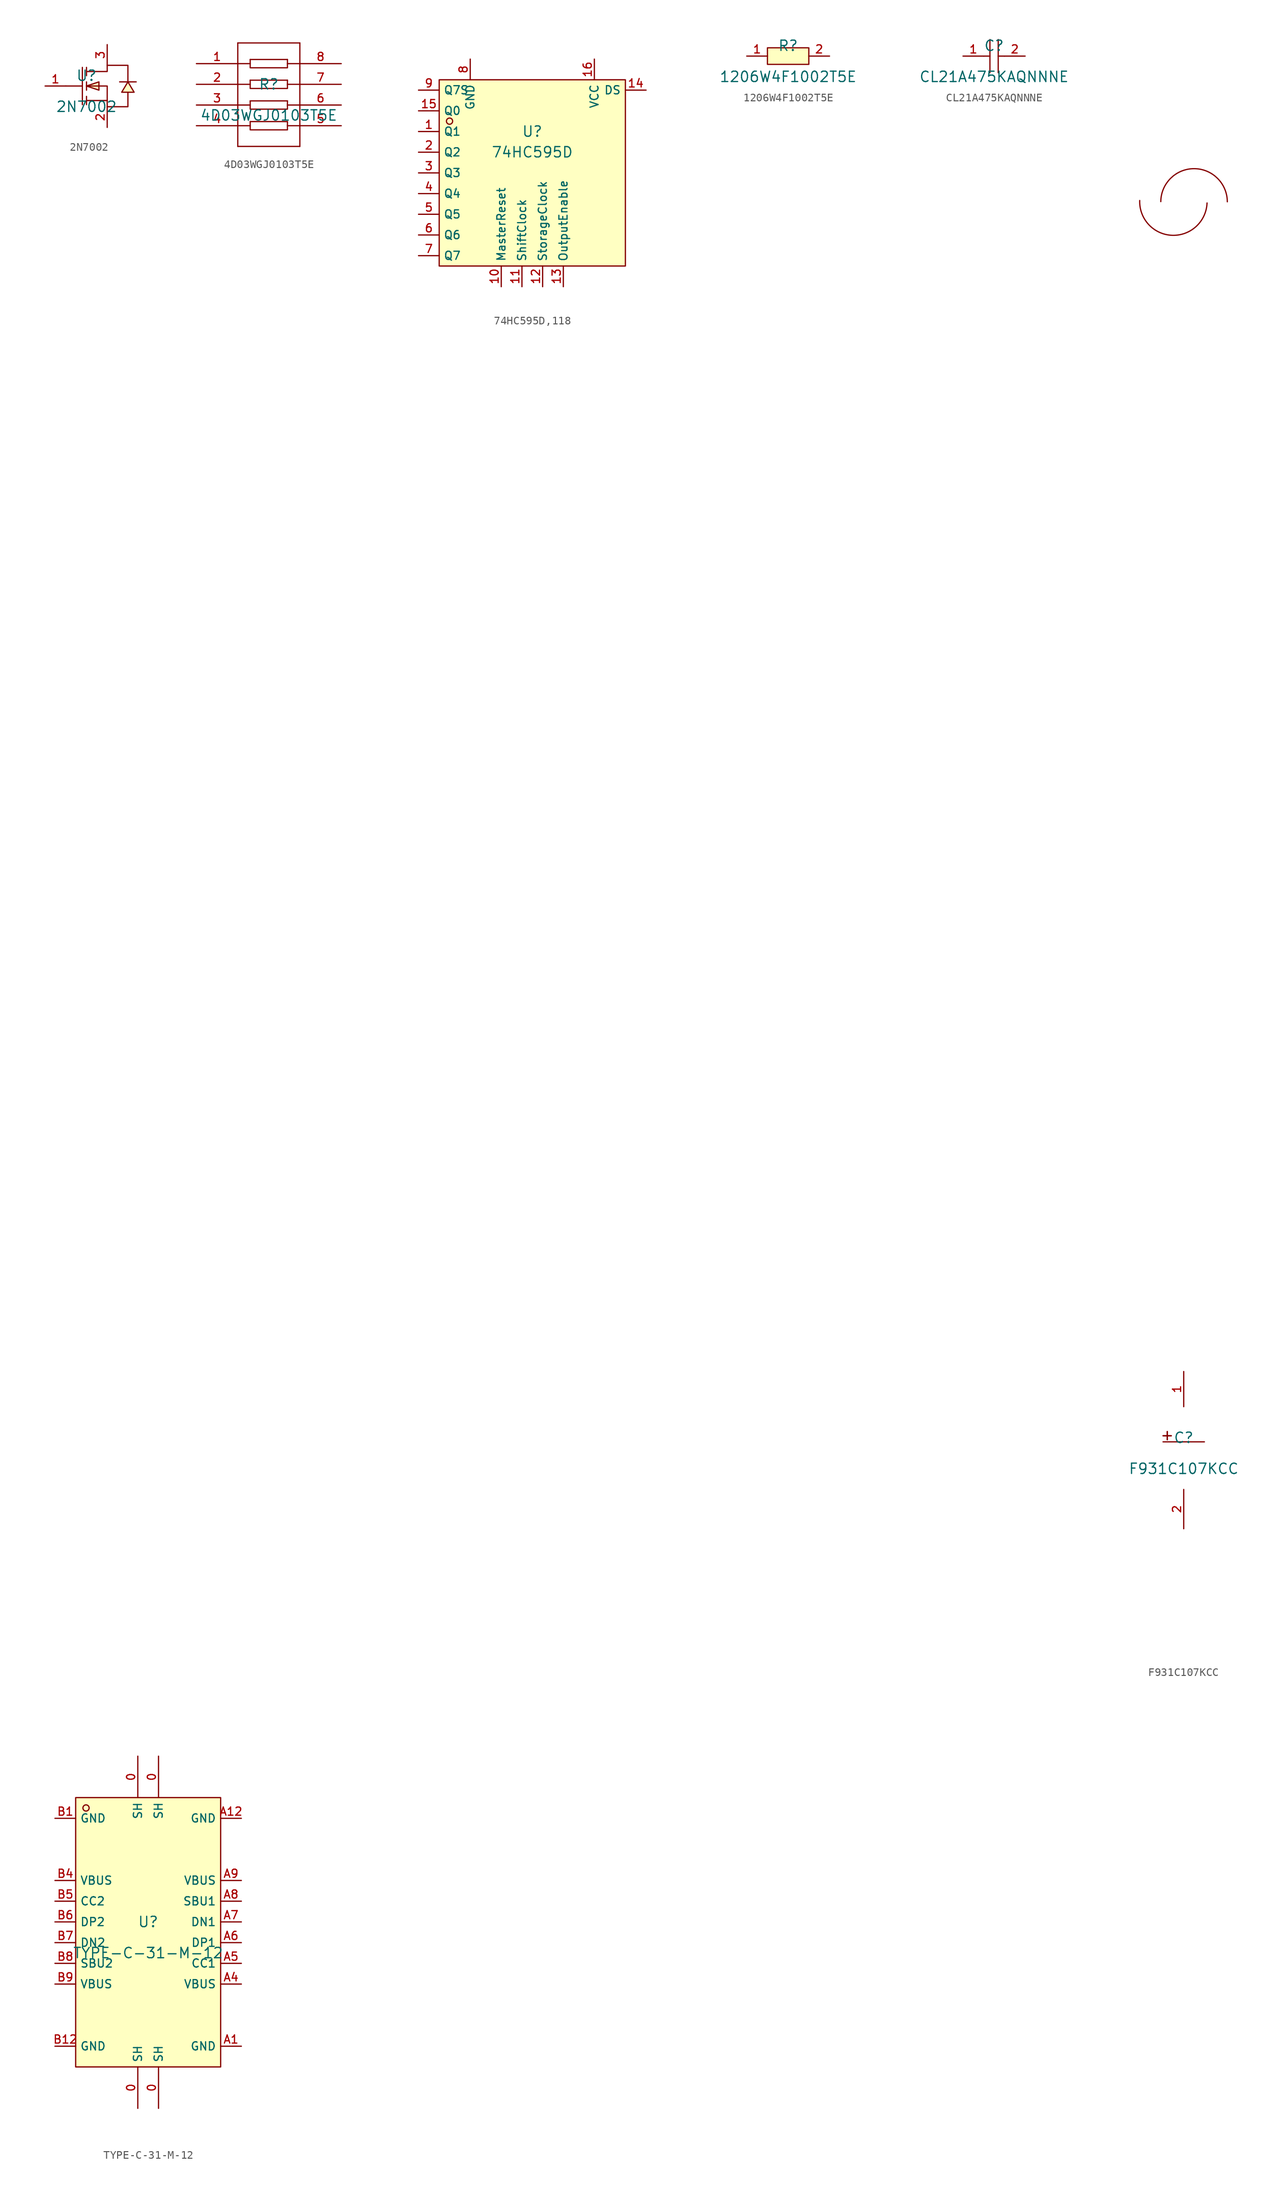
<source format=kicad_sym>
(kicad_symbol_lib
  (version 20220914)
  (generator kicad_symbol_editor)
  (symbol "2N7002"
    (pin_names hide)
    (property "Reference" "U"
      (at 0 1.27 0)
      (effects (font (size 1.27 1.27))))
    (property "Value" "2N7002"
      (at 0 -2.54 0)
      (effects (font (size 1.27 1.27))))
    (symbol "2N7002_0_1"
      (polyline (pts (xy -2.54 0) (xy -0.508 0)) (stroke (width 0) (type default)) (fill (type none)))
      (polyline (pts (xy -0.508 2.286) (xy -0.508 -2.286)) (stroke (width 0) (type default)) (fill (type none)))
      (polyline (pts (xy 0 -2.286) (xy 0 -1.27)) (stroke (width 0) (type default)) (fill (type none)))
      (polyline (pts (xy 0 -0.508) (xy 0 0.508)) (stroke (width 0) (type default)) (fill (type none)))
      (polyline (pts (xy 0 2.286) (xy 0 1.27)) (stroke (width 0) (type default)) (fill (type none)))
      (polyline (pts (xy 2.54 -1.778) (xy 0 -1.778)) (stroke (width 0) (type default)) (fill (type none)))
      (polyline (pts (xy 0 0) (xy 1.524 -0.508) (xy 1.524 0.508) (xy 0 0)) (stroke (width 0) (type default)) (fill (type background)))
      (polyline (pts (xy 5.08 0.508) (xy 4.318 -0.762) (xy 5.842 -0.762) (xy 5.08 0.508)) (stroke (width 0) (type default)) (fill (type background)))
      (polyline (pts (xy 6.096 0.508) (xy 5.588 0.508) (xy 4.572 0.508) (xy 4.064 0.508)) (stroke (width 0) (type default)) (fill (type none)))
      (polyline (pts (xy 0 0) (xy 2.54 0) (xy 2.54 -2.54) (xy 5.08 -2.54) (xy 5.08 -0.762)) (stroke (width 0) (type default)) (fill (type none)))
      (polyline (pts (xy 0 1.778) (xy 2.54 1.778) (xy 2.54 2.54) (xy 5.08 2.54) (xy 5.08 0.508)) (stroke (width 0) (type default)) (fill (type none)))
      (pin unspecified line (at -5.08 0 0) (length 2.54) (name "G" (effects (font (size 1 1)))) (number "1" (effects (font (size 1 1)))))
      (pin unspecified line (at 2.54 -5.08 90) (length 2.54) (name "S" (effects (font (size 1 1)))) (number "2" (effects (font (size 1 1)))))
      (pin unspecified line (at 2.54 5.08 270) (length 2.54) (name "D" (effects (font (size 1 1)))) (number "3" (effects (font (size 1 1)))))))
  (symbol "4D03WGJ0103T5E"
    (pin_names hide)
    (property "Reference" "R"
      (at 0 1.27 0)
      (effects (font (size 1.27 1.27))))
    (property "Value" "4D03WGJ0103T5E"
      (at 0 -2.54 0)
      (effects (font (size 1.27 1.27))))
    (symbol "4D03WGJ0103T5E_0_1"
      (polyline (pts (xy -3.81 -6.35) (xy 3.81 -6.35)) (stroke (width 0) (type default)) (fill (type none)))
      (polyline (pts (xy -3.81 -3.81) (xy -2.286 -3.81)) (stroke (width 0) (type default)) (fill (type none)))
      (polyline (pts (xy -3.81 -1.27) (xy -2.286 -1.27)) (stroke (width 0) (type default)) (fill (type none)))
      (polyline (pts (xy -3.81 1.27) (xy -2.286 1.27)) (stroke (width 0) (type default)) (fill (type none)))
      (polyline (pts (xy -3.81 3.81) (xy -2.286 3.81)) (stroke (width 0) (type default)) (fill (type none)))
      (polyline (pts (xy -3.81 6.35) (xy -3.81 -6.35)) (stroke (width 0) (type default)) (fill (type none)))
      (polyline (pts (xy -3.81 6.35) (xy 3.81 6.35)) (stroke (width 0) (type default)) (fill (type none)))
      (polyline (pts (xy -2.286 -3.302) (xy 2.286 -3.302)) (stroke (width 0) (type default)) (fill (type none)))
      (polyline (pts (xy -2.286 -0.762) (xy 2.286 -0.762)) (stroke (width 0) (type default)) (fill (type none)))
      (polyline (pts (xy -2.286 1.778) (xy 2.286 1.778)) (stroke (width 0) (type default)) (fill (type none)))
      (polyline (pts (xy -2.286 4.318) (xy 2.286 4.318)) (stroke (width 0) (type default)) (fill (type none)))
      (polyline (pts (xy 2.286 -3.81) (xy 3.81 -3.81)) (stroke (width 0) (type default)) (fill (type none)))
      (polyline (pts (xy 2.286 -1.27) (xy 3.81 -1.27)) (stroke (width 0) (type default)) (fill (type none)))
      (polyline (pts (xy 2.286 1.27) (xy 3.81 1.27)) (stroke (width 0) (type default)) (fill (type none)))
      (polyline (pts (xy 2.286 3.81) (xy 3.81 3.81)) (stroke (width 0) (type default)) (fill (type none)))
      (polyline (pts (xy 3.81 6.35) (xy 3.81 -6.35)) (stroke (width 0) (type default)) (fill (type none)))
      (polyline (pts (xy -2.286 -3.302) (xy -2.286 -4.318) (xy 2.286 -4.318) (xy 2.286 -3.302)) (stroke (width 0) (type default)) (fill (type none)))
      (polyline (pts (xy -2.286 -0.762) (xy -2.286 -1.778) (xy 2.286 -1.778) (xy 2.286 -0.762)) (stroke (width 0) (type default)) (fill (type none)))
      (polyline (pts (xy -2.286 1.778) (xy -2.286 0.762) (xy 2.286 0.762) (xy 2.286 1.778)) (stroke (width 0) (type default)) (fill (type none)))
      (polyline (pts (xy -2.286 4.318) (xy -2.286 3.302) (xy 2.286 3.302) (xy 2.286 4.318)) (stroke (width 0) (type default)) (fill (type none)))
      (pin input line (at -8.89 3.81 0) (length 5.08) (name "1" (effects (font (size 1 1)))) (number "1" (effects (font (size 1 1)))))
      (pin input line (at -8.89 1.27 0) (length 5.08) (name "2" (effects (font (size 1 1)))) (number "2" (effects (font (size 1 1)))))
      (pin input line (at -8.89 -1.27 0) (length 5.08) (name "3" (effects (font (size 1 1)))) (number "3" (effects (font (size 1 1)))))
      (pin input line (at -8.89 -3.81 0) (length 5.08) (name "4" (effects (font (size 1 1)))) (number "4" (effects (font (size 1 1)))))
      (pin input line (at 8.89 -3.81 180) (length 5.08) (name "5" (effects (font (size 1 1)))) (number "5" (effects (font (size 1 1)))))
      (pin input line (at 8.89 -1.27 180) (length 5.08) (name "6" (effects (font (size 1 1)))) (number "6" (effects (font (size 1 1)))))
      (pin input line (at 8.89 1.27 180) (length 5.08) (name "7" (effects (font (size 1 1)))) (number "7" (effects (font (size 1 1)))))
      (pin input line (at 8.89 3.81 180) (length 5.08) (name "8" (effects (font (size 1 1)))) (number "8" (effects (font (size 1 1)))))))
  (symbol "74HC595D,118"
    (property "Reference" "U"
      (at 0 5.08 0)
      (effects (font (size 1.27 1.27))))
    (property "Value" "74HC595D"
      (at 0 2.54 0)
      (effects (font (size 1.27 1.27))))
    (symbol "74HC595D,118_0_1"
      (rectangle (start -11.43 11.43) (end 11.43 -11.43) (stroke (width 0) (type default)) (fill (type background)))
      (circle (center -10.16 6.35) (radius 0.381) (stroke (width 0) (type default)) (fill (type background)))
      (pin unspecified line (at -13.97 5.08 0) (length 2.54) (name "Q1" (effects (font (size 1 1)))) (number "1" (effects (font (size 1 1)))))
      (pin unspecified line (at 13.97 10.16 180) (length 2.54) (name "DS" (effects (font (size 1 1)))) (number "14" (effects (font (size 1 1)))))
      (pin unspecified line (at -13.97 7.62 0) (length 2.54) (name "Q0" (effects (font (size 1 1)))) (number "15" (effects (font (size 1 1)))))
      (pin unspecified line (at 7.62 13.97 270) (length 2.54) (name "VCC" (effects (font (size 1 1)))) (number "16" (effects (font (size 1 1)))))
      (pin unspecified line (at -13.97 2.54 0) (length 2.54) (name "Q2" (effects (font (size 1 1)))) (number "2" (effects (font (size 1 1)))))
      (pin unspecified line (at -13.97 0 0) (length 2.54) (name "Q3" (effects (font (size 1 1)))) (number "3" (effects (font (size 1 1)))))
      (pin unspecified line (at -13.97 -2.54 0) (length 2.54) (name "Q4" (effects (font (size 1 1)))) (number "4" (effects (font (size 1 1)))))
      (pin unspecified line (at -13.97 -5.08 0) (length 2.54) (name "Q5" (effects (font (size 1 1)))) (number "5" (effects (font (size 1 1)))))
      (pin unspecified line (at -13.97 -7.62 0) (length 2.54) (name "Q6" (effects (font (size 1 1)))) (number "6" (effects (font (size 1 1)))))
      (pin unspecified line (at -13.97 -10.16 0) (length 2.54) (name "Q7" (effects (font (size 1 1)))) (number "7" (effects (font (size 1 1)))))
      (pin unspecified line (at -7.62 13.97 270) (length 2.54) (name "GND" (effects (font (size 1 1)))) (number "8" (effects (font (size 1 1)))))
      (pin unspecified line (at -13.97 10.16 0) (length 2.54) (name "Q7S" (effects (font (size 1 1)))) (number "9" (effects (font (size 1 1))))))
    (symbol "74HC595D,118_1_1"
      (pin unspecified line (at -3.81 -13.97 90) (length 2.54) (name "MasterReset" (effects (font (size 1 1)))) (number "10" (effects (font (size 1 1)))))
      (pin unspecified line (at -1.27 -13.97 90) (length 2.54) (name "ShiftClock" (effects (font (size 1 1)))) (number "11" (effects (font (size 1 1)))))
      (pin unspecified line (at 1.27 -13.97 90) (length 2.54) (name "StorageClock" (effects (font (size 1 1)))) (number "12" (effects (font (size 1 1)))))
      (pin unspecified line (at 3.81 -13.97 90) (length 2.54) (name "OutputEnable" (effects (font (size 1 1)))) (number "13" (effects (font (size 1 1)))))))
  (symbol "1206W4F1002T5E"
    (pin_names hide)
    (property "Reference" "R"
      (at 0 1.27 0)
      (effects (font (size 1.27 1.27))))
    (property "Value" "1206W4F1002T5E"
      (at 0 -2.54 0)
      (effects (font (size 1.27 1.27))))
    (symbol "1206W4F1002T5E_0_1"
      (rectangle (start -2.54 1.016) (end 2.54 -1.016) (stroke (width 0) (type default)) (fill (type background)))
      (pin input line (at -5.08 0 0) (length 2.54) (name "1" (effects (font (size 1 1)))) (number "1" (effects (font (size 1 1)))))
      (pin input line (at 5.08 0 180) (length 2.54) (name "2" (effects (font (size 1 1)))) (number "2" (effects (font (size 1 1)))))))
  (symbol "CL21A475KAQNNNE"
    (pin_names hide)
    (property "Reference" "C"
      (at 0 1.27 0)
      (effects (font (size 1.27 1.27))))
    (property "Value" "CL21A475KAQNNNE"
      (at 0 -2.54 0)
      (effects (font (size 1.27 1.27))))
    (symbol "CL21A475KAQNNNE_0_1"
      (polyline (pts (xy -1.27 0) (xy -0.508 0)) (stroke (width 0) (type default)) (fill (type none)))
      (polyline (pts (xy -0.508 2.032) (xy -0.508 -2.032)) (stroke (width 0) (type default)) (fill (type none)))
      (polyline (pts (xy 0.508 0) (xy 1.27 0)) (stroke (width 0) (type default)) (fill (type none)))
      (polyline (pts (xy 0.508 2.032) (xy 0.508 -2.032)) (stroke (width 0) (type default)) (fill (type none)))
      (pin input line (at -3.81 0 0) (length 2.54) (name "1" (effects (font (size 1 1)))) (number "1" (effects (font (size 1 1)))))
      (pin input line (at 3.81 0 180) (length 2.54) (name "2" (effects (font (size 1 1)))) (number "2" (effects (font (size 1 1)))))))
  (symbol "F931C107KCC"
    (pin_names hide)
    (property "Reference" "C"
      (at 0 1.27 0)
      (effects (font (size 1.27 1.27))))
    (property "Value" "F931C107KCC"
      (at 0 -2.54 0)
      (effects (font (size 1.27 1.27))))
    (symbol "F931C107KCC_0_1"
      (arc (start -5.4053 153.1871) (mid -1.4212 148.918) (end 2.8653 152.8835) (stroke (width 0) (type default)) (fill (type none)))
      (rectangle (start -2.54 1.524) (end -1.524 1.499) (stroke (width 0) (type default)) (fill (type background)))
      (rectangle (start -2.032 2.032) (end -2.007 1.016) (stroke (width 0) (type default)) (fill (type background)))
      (polyline (pts (xy -2.54 0.762) (xy 2.54 0.762)) (stroke (width 0) (type default)) (fill (type none)))
      (arc (start 5.3552 153.0246) (mid 1.2807 157.1027) (end -2.8152 153.046) (stroke (width 0) (type default)) (fill (type none)))
      (pin unspecified line (at 0 5.08 90) (length 4.318) (name "1" (effects (font (size 1 1)))) (number "1" (effects (font (size 1 1)))))
      (pin unspecified line (at 0 -5.08 270) (length 4.826) (name "2" (effects (font (size 1 1)))) (number "2" (effects (font (size 1 1)))))))
  (symbol "TYPE-C-31-M-12"
    (property "Reference" "U"
      (at 0 1.27 0)
      (effects (font (size 1.27 1.27))))
    (property "Value" "TYPE-C-31-M-12"
      (at 0 -2.54 0)
      (effects (font (size 1.27 1.27))))
    (symbol "TYPE-C-31-M-12_0_1"
      (rectangle (start -8.89 16.51) (end 8.89 -16.51) (stroke (width 0) (type default)) (fill (type background)))
      (circle (center -7.62 15.24) (radius 0.381) (stroke (width 0) (type default)) (fill (type background)))
      (pin unspecified line (at -1.27 -21.59 90) (length 5.08) (name "SH" (effects (font (size 1 1)))) (number "0" (effects (font (size 1 1)))))
      (pin unspecified line (at -1.27 21.59 270) (length 5.08) (name "SH" (effects (font (size 1 1)))) (number "0" (effects (font (size 1 1)))))
      (pin unspecified line (at 1.27 -21.59 90) (length 5.08) (name "SH" (effects (font (size 1 1)))) (number "0" (effects (font (size 1 1)))))
      (pin unspecified line (at 1.27 21.59 270) (length 5.08) (name "SH" (effects (font (size 1 1)))) (number "0" (effects (font (size 1 1)))))
      (pin unspecified line (at 11.43 -13.97 180) (length 2.54) (name "GND" (effects (font (size 1 1)))) (number "A1" (effects (font (size 1 1)))))
      (pin unspecified line (at 11.43 13.97 180) (length 2.54) (name "GND" (effects (font (size 1 1)))) (number "A12" (effects (font (size 1 1)))))
      (pin unspecified line (at 11.43 -6.35 180) (length 2.54) (name "VBUS" (effects (font (size 1 1)))) (number "A4" (effects (font (size 1 1)))))
      (pin unspecified line (at 11.43 -3.81 180) (length 2.54) (name "CC1" (effects (font (size 1 1)))) (number "A5" (effects (font (size 1 1)))))
      (pin unspecified line (at 11.43 -1.27 180) (length 2.54) (name "DP1" (effects (font (size 1 1)))) (number "A6" (effects (font (size 1 1)))))
      (pin unspecified line (at 11.43 1.27 180) (length 2.54) (name "DN1" (effects (font (size 1 1)))) (number "A7" (effects (font (size 1 1)))))
      (pin unspecified line (at 11.43 3.81 180) (length 2.54) (name "SBU1" (effects (font (size 1 1)))) (number "A8" (effects (font (size 1 1)))))
      (pin unspecified line (at 11.43 6.35 180) (length 2.54) (name "VBUS" (effects (font (size 1 1)))) (number "A9" (effects (font (size 1 1)))))
      (pin unspecified line (at -11.43 13.97 0) (length 2.54) (name "GND" (effects (font (size 1 1)))) (number "B1" (effects (font (size 1 1)))))
      (pin unspecified line (at -11.43 -13.97 0) (length 2.54) (name "GND" (effects (font (size 1 1)))) (number "B12" (effects (font (size 1 1)))))
      (pin unspecified line (at -11.43 6.35 0) (length 2.54) (name "VBUS" (effects (font (size 1 1)))) (number "B4" (effects (font (size 1 1)))))
      (pin unspecified line (at -11.43 3.81 0) (length 2.54) (name "CC2" (effects (font (size 1 1)))) (number "B5" (effects (font (size 1 1)))))
      (pin unspecified line (at -11.43 1.27 0) (length 2.54) (name "DP2" (effects (font (size 1 1)))) (number "B6" (effects (font (size 1 1)))))
      (pin unspecified line (at -11.43 -1.27 0) (length 2.54) (name "DN2" (effects (font (size 1 1)))) (number "B7" (effects (font (size 1 1)))))
      (pin unspecified line (at -11.43 -3.81 0) (length 2.54) (name "SBU2" (effects (font (size 1 1)))) (number "B8" (effects (font (size 1 1)))))
      (pin unspecified line (at -11.43 -6.35 0) (length 2.54) (name "VBUS" (effects (font (size 1 1)))) (number "B9" (effects (font (size 1 1))))))))
</source>
